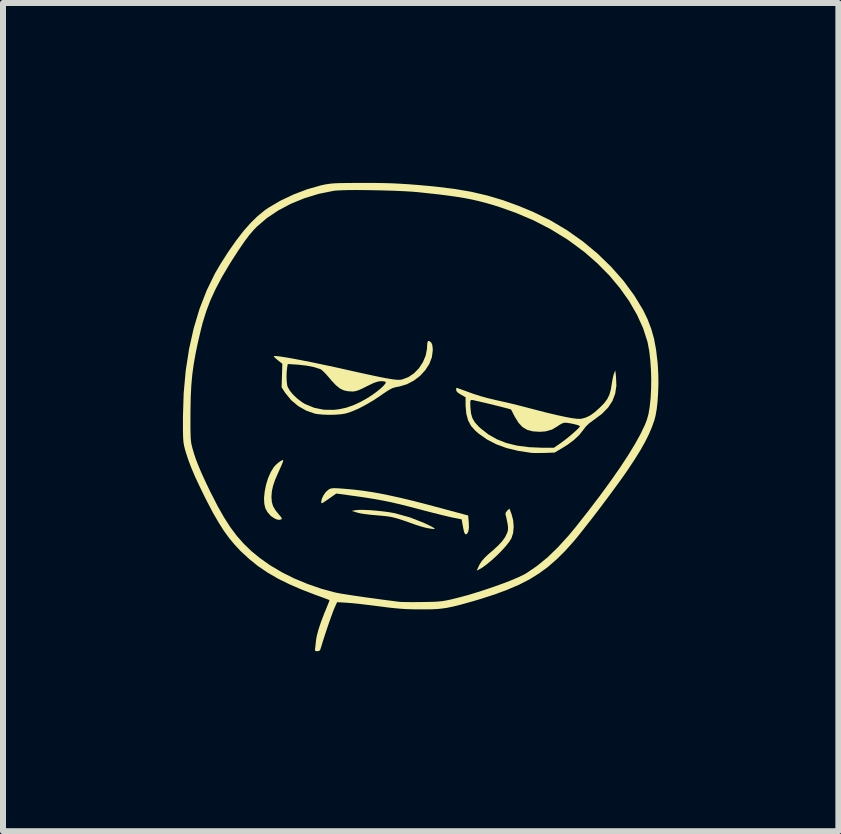
<source format=kicad_pcb>
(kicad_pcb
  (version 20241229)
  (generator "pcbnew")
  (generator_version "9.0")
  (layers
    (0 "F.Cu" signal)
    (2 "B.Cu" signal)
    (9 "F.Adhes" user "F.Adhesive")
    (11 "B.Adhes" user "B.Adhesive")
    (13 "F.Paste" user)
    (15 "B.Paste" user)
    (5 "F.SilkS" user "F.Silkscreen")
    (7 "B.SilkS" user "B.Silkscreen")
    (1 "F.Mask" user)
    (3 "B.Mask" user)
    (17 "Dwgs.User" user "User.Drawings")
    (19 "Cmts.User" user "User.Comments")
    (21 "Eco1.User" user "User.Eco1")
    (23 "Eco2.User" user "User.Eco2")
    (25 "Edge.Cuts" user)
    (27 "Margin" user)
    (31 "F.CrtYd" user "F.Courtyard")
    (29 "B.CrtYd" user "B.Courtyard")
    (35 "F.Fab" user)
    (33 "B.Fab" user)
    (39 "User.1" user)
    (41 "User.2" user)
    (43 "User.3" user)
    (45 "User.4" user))
  (footprint "Ahh"
    (layer "F.Cu")
    (at 3.977 3.868)
    (property "Reference" "Ahh" (at 0 0 0) (layer "User.1") (effects (font (size 1.524 1.524) (thickness 0.3))))
    (attr board_only exclude_from_pos_files exclude_from_bom)
    (fp_poly (pts (xy -2.305 0.758) (xy -2.311 0.782) (xy -2.328 0.827) (xy -2.358 0.894) (xy -2.394 0.974) (xy -2.443 1.088) (xy -2.475 1.183) (xy -2.494 1.27) (xy -2.501 1.356) (xy -2.501 1.372) (xy -2.495 1.451) (xy -2.475 1.519) (xy -2.436 1.587) (xy -2.378 1.659) (xy -2.343 1.7) (xy -2.329 1.725) (xy -2.332 1.738) (xy -2.338 1.741) (xy -2.372 1.749) (xy -2.409 1.743) (xy -2.446 1.728) (xy -2.511 1.685) (xy -2.567 1.621) (xy -2.602 1.56) (xy -2.621 1.481) (xy -2.625 1.384) (xy -2.614 1.275) (xy -2.591 1.162) (xy -2.557 1.051) (xy -2.512 0.95) (xy -2.461 0.868) (xy -2.428 0.832) (xy -2.386 0.795) (xy -2.345 0.766) (xy -2.313 0.751) (xy -2.308 0.75)) (stroke (width 0) (type solid)) (fill yes) (layer "F.SilkS"))
    (fp_poly (pts (xy -0.952 1.583) (xy -0.857 1.587) (xy -0.753 1.596) (xy -0.647 1.607) (xy -0.547 1.62) (xy -0.46 1.635) (xy -0.438 1.64) (xy -0.195 1.707) (xy 0.037 1.798) (xy 0.103 1.829) (xy 0.171 1.863) (xy 0.211 1.886) (xy 0.222 1.898) (xy 0.206 1.902) (xy 0.161 1.897) (xy 0.111 1.889) (xy 0.056 1.877) (xy -0.015 1.857) (xy -0.089 1.834) (xy -0.108 1.827) (xy -0.226 1.785) (xy -0.322 1.752) (xy -0.4 1.727) (xy -0.468 1.709) (xy -0.531 1.696) (xy -0.595 1.687) (xy -0.667 1.68) (xy -0.746 1.673) (xy -0.847 1.664) (xy -0.94 1.653) (xy -1.017 1.641) (xy -1.072 1.628) (xy -1.074 1.627) (xy -1.164 1.599) (xy -1.086 1.586) (xy -1.031 1.582)) (stroke (width 0) (type solid)) (fill yes) (layer "F.SilkS"))
    (fp_poly (pts (xy 1.501 1.652) (xy 1.528 1.755) (xy 1.537 1.863) (xy 1.528 1.967) (xy 1.5 2.054) (xy 1.464 2.113) (xy 1.407 2.185) (xy 1.335 2.265) (xy 1.254 2.346) (xy 1.169 2.423) (xy 1.086 2.492) (xy 1.01 2.547) (xy 0.965 2.573) (xy 0.921 2.596) (xy 0.946 2.538) (xy 0.972 2.485) (xy 1.006 2.434) (xy 1.053 2.381) (xy 1.118 2.319) (xy 1.185 2.262) (xy 1.277 2.178) (xy 1.345 2.105) (xy 1.394 2.037) (xy 1.427 1.968) (xy 1.431 1.958) (xy 1.441 1.919) (xy 1.443 1.878) (xy 1.437 1.825) (xy 1.43 1.789) (xy 1.418 1.731) (xy 1.408 1.684) (xy 1.4 1.656) (xy 1.4 1.656) (xy 1.404 1.628) (xy 1.428 1.596) (xy 1.466 1.561)) (stroke (width 0) (type solid)) (fill yes) (layer "F.SilkS"))
    (fp_poly (pts (xy -1.374 1.224) (xy -1.29 1.23) (xy -1.268 1.232) (xy -1.126 1.245) (xy -0.983 1.262) (xy -0.837 1.284) (xy -0.683 1.311) (xy -0.517 1.345) (xy -0.336 1.385) (xy -0.137 1.433) (xy 0.085 1.49) (xy 0.332 1.556) (xy 0.778 1.676) (xy 0.788 1.789) (xy 0.791 1.882) (xy 0.78 1.947) (xy 0.756 1.984) (xy 0.745 1.99) (xy 0.728 1.986) (xy 0.713 1.958) (xy 0.706 1.933) (xy 0.693 1.873) (xy 0.682 1.812) (xy 0.681 1.805) (xy 0.67 1.741) (xy 0.527 1.712) (xy 0.471 1.7) (xy 0.392 1.681) (xy 0.294 1.657) (xy 0.185 1.63) (xy 0.069 1.6) (xy -0.017 1.577) (xy -0.198 1.53) (xy -0.356 1.49) (xy -0.499 1.457) (xy -0.635 1.429) (xy -0.77 1.404) (xy -0.912 1.381) (xy -1.069 1.358) (xy -1.113 1.352) (xy -1.421 1.31) (xy -1.547 1.399) (xy -1.604 1.438) (xy -1.641 1.462) (xy -1.661 1.471) (xy -1.67 1.467) (xy -1.672 1.452) (xy -1.672 1.45) (xy -1.661 1.396) (xy -1.632 1.336) (xy -1.592 1.281) (xy -1.549 1.244) (xy -1.527 1.232) (xy -1.504 1.225) (xy -1.474 1.221) (xy -1.433 1.221)) (stroke (width 0) (type solid)) (fill yes) (layer "F.SilkS"))
    (fp_poly (pts (xy 0.158 -1.211) (xy 0.162 -1.206) (xy 0.178 -1.174) (xy 0.186 -1.122) (xy 0.188 -1.077) (xy 0.173 -0.962) (xy 0.13 -0.85) (xy 0.063 -0.746) (xy -0.023 -0.652) (xy -0.127 -0.573) (xy -0.243 -0.512) (xy -0.369 -0.474) (xy -0.394 -0.47) (xy -0.439 -0.461) (xy -0.478 -0.449) (xy -0.519 -0.43) (xy -0.568 -0.401) (xy -0.631 -0.359) (xy -0.675 -0.328) (xy -0.801 -0.244) (xy -0.929 -0.169) (xy -1.051 -0.105) (xy -1.164 -0.057) (xy -1.259 -0.026) (xy -1.266 -0.024) (xy -1.345 -0.011) (xy -1.442 -0.004) (xy -1.547 -0.002) (xy -1.649 -0.006) (xy -1.737 -0.015) (xy -1.778 -0.022) (xy -1.922 -0.072) (xy -2.055 -0.148) (xy -2.172 -0.246) (xy -2.267 -0.362) (xy -2.271 -0.367) (xy -2.332 -0.461) (xy -2.327 -0.635) (xy -2.25 -0.635) (xy -2.247 -0.559) (xy -2.239 -0.496) (xy -2.23 -0.465) (xy -2.193 -0.402) (xy -2.136 -0.334) (xy -2.065 -0.268) (xy -1.989 -0.211) (xy -1.943 -0.183) (xy -1.79 -0.12) (xy -1.629 -0.087) (xy -1.462 -0.085) (xy -1.376 -0.095) (xy -1.255 -0.121) (xy -1.136 -0.162) (xy -1.011 -0.22) (xy -0.9 -0.283) (xy -0.822 -0.333) (xy -0.749 -0.386) (xy -0.685 -0.438) (xy -0.634 -0.485) (xy -0.603 -0.524) (xy -0.594 -0.546) (xy -0.608 -0.556) (xy -0.644 -0.562) (xy -0.67 -0.563) (xy -0.71 -0.56) (xy -0.753 -0.549) (xy -0.806 -0.529) (xy -0.875 -0.496) (xy -0.914 -0.477) (xy -0.994 -0.437) (xy -1.054 -0.411) (xy -1.101 -0.397) (xy -1.142 -0.391) (xy -1.154 -0.391) (xy -1.233 -0.396) (xy -1.3 -0.412) (xy -1.362 -0.443) (xy -1.424 -0.493) (xy -1.492 -0.564) (xy -1.54 -0.621) (xy -1.588 -0.676) (xy -1.633 -0.723) (xy -1.669 -0.754) (xy -1.685 -0.764) (xy -1.789 -0.797) (xy -1.915 -0.822) (xy -2.055 -0.838) (xy -2.073 -0.839) (xy -2.23 -0.849) (xy -2.24 -0.788) (xy -2.248 -0.715) (xy -2.25 -0.635) (xy -2.327 -0.635) (xy -2.326 -0.657) (xy -2.32 -0.853) (xy -2.396 -0.913) (xy -2.434 -0.945) (xy -2.458 -0.97) (xy -2.463 -0.981) (xy -2.442 -0.983) (xy -2.393 -0.979) (xy -2.318 -0.969) (xy -2.219 -0.953) (xy -2.098 -0.931) (xy -1.959 -0.904) (xy -1.803 -0.873) (xy -1.632 -0.837) (xy -1.448 -0.798) (xy -1.282 -0.761) (xy -1.095 -0.719) (xy -0.935 -0.684) (xy -0.801 -0.655) (xy -0.69 -0.632) (xy -0.598 -0.614) (xy -0.524 -0.601) (xy -0.465 -0.592) (xy -0.418 -0.587) (xy -0.381 -0.586) (xy -0.351 -0.587) (xy -0.325 -0.592) (xy -0.322 -0.592) (xy -0.219 -0.631) (xy -0.124 -0.695) (xy -0.042 -0.78) (xy 0.024 -0.881) (xy 0.07 -0.991) (xy 0.092 -1.106) (xy 0.093 -1.137) (xy 0.097 -1.199) (xy 0.108 -1.231) (xy 0.128 -1.234)) (stroke (width 0) (type solid)) (fill yes) (layer "F.SilkS"))
    (fp_poly (pts (xy 3.243 -0.635) (xy 3.249 -0.487) (xy 3.229 -0.354) (xy 3.183 -0.233) (xy 3.11 -0.122) (xy 3.008 -0.018) (xy 2.877 0.08) (xy 2.876 0.08) (xy 2.797 0.138) (xy 2.737 0.196) (xy 2.696 0.251) (xy 2.628 0.336) (xy 2.542 0.417) (xy 2.433 0.498) (xy 2.344 0.553) (xy 2.219 0.627) (xy 2.051 0.633) (xy 1.976 0.634) (xy 1.906 0.635) (xy 1.852 0.633) (xy 1.829 0.632) (xy 1.61 0.598) (xy 1.416 0.551) (xy 1.244 0.488) (xy 1.091 0.408) (xy 0.953 0.311) (xy 0.894 0.259) (xy 0.825 0.181) (xy 0.776 0.088) (xy 0.747 -0.021) (xy 0.735 -0.153) (xy 0.735 -0.187) (xy 0.735 -0.211) (xy 0.813 -0.211) (xy 0.814 -0.164) (xy 0.816 -0.121) (xy 0.826 -0.024) (xy 0.849 0.053) (xy 0.888 0.121) (xy 0.949 0.189) (xy 0.983 0.221) (xy 1.113 0.323) (xy 1.256 0.405) (xy 1.415 0.468) (xy 1.592 0.511) (xy 1.79 0.537) (xy 1.998 0.546) (xy 2.207 0.547) (xy 2.326 0.465) (xy 2.38 0.425) (xy 2.44 0.378) (xy 2.5 0.328) (xy 2.555 0.28) (xy 2.601 0.238) (xy 2.631 0.206) (xy 2.642 0.189) (xy 2.628 0.178) (xy 2.591 0.165) (xy 2.54 0.152) (xy 2.484 0.14) (xy 2.431 0.132) (xy 2.389 0.129) (xy 2.375 0.131) (xy 2.334 0.146) (xy 2.286 0.175) (xy 2.27 0.187) (xy 2.177 0.243) (xy 2.069 0.274) (xy 1.97 0.281) (xy 1.855 0.273) (xy 1.761 0.248) (xy 1.683 0.201) (xy 1.617 0.13) (xy 1.556 0.031) (xy 1.546 0.012) (xy 1.521 -0.037) (xy 1.502 -0.074) (xy 1.493 -0.09) (xy 1.493 -0.09) (xy 1.476 -0.096) (xy 1.435 -0.108) (xy 1.374 -0.124) (xy 1.299 -0.143) (xy 1.215 -0.164) (xy 1.129 -0.185) (xy 1.044 -0.205) (xy 0.967 -0.223) (xy 0.904 -0.237) (xy 0.86 -0.247) (xy 0.84 -0.25) (xy 0.825 -0.248) (xy 0.816 -0.237) (xy 0.813 -0.211) (xy 0.735 -0.211) (xy 0.735 -0.295) (xy 0.657 -0.339) (xy 0.607 -0.371) (xy 0.583 -0.398) (xy 0.578 -0.418) (xy 0.58 -0.446) (xy 0.584 -0.453) (xy 0.6 -0.448) (xy 0.639 -0.434) (xy 0.695 -0.414) (xy 0.752 -0.393) (xy 0.871 -0.35) (xy 0.984 -0.314) (xy 1.103 -0.281) (xy 1.236 -0.249) (xy 1.334 -0.227) (xy 1.406 -0.211) (xy 1.5 -0.189) (xy 1.609 -0.162) (xy 1.725 -0.132) (xy 1.841 -0.102) (xy 1.875 -0.093) (xy 2.076 -0.041) (xy 2.248 0.000158) (xy 2.391 0.031) (xy 2.506 0.053) (xy 2.593 0.064) (xy 2.653 0.065) (xy 2.667 0.063) (xy 2.74 0.043) (xy 2.811 0.009) (xy 2.885 -0.044) (xy 2.969 -0.119) (xy 2.972 -0.121) (xy 3.046 -0.197) (xy 3.098 -0.267) (xy 3.133 -0.339) (xy 3.157 -0.425) (xy 3.171 -0.511) (xy 3.182 -0.578) (xy 3.195 -0.64) (xy 3.207 -0.685) (xy 3.209 -0.691) (xy 3.231 -0.742)) (stroke (width 0) (type solid)) (fill yes) (layer "F.SilkS"))
    (fp_poly (pts (xy -0.798 -3.868) (xy -0.639 -3.866) (xy -0.494 -3.862) (xy -0.354 -3.855) (xy -0.211 -3.846) (xy -0.058 -3.834) (xy 0.113 -3.819) (xy 0.252 -3.805) (xy 0.552 -3.768) (xy 0.829 -3.721) (xy 1.094 -3.659) (xy 1.354 -3.582) (xy 1.616 -3.487) (xy 1.864 -3.384) (xy 2.15 -3.244) (xy 2.426 -3.08) (xy 2.688 -2.895) (xy 2.934 -2.691) (xy 3.161 -2.471) (xy 3.366 -2.239) (xy 3.546 -1.995) (xy 3.695 -1.749) (xy 3.77 -1.594) (xy 3.83 -1.437) (xy 3.877 -1.27) (xy 3.911 -1.088) (xy 3.935 -0.883) (xy 3.94 -0.825) (xy 3.948 -0.676) (xy 3.95 -0.522) (xy 3.945 -0.37) (xy 3.936 -0.225) (xy 3.921 -0.094) (xy 3.901 0.017) (xy 3.883 0.086) (xy 3.84 0.207) (xy 3.788 0.328) (xy 3.725 0.454) (xy 3.649 0.589) (xy 3.557 0.737) (xy 3.448 0.902) (xy 3.402 0.969) (xy 3.331 1.07) (xy 3.246 1.187) (xy 3.152 1.315) (xy 3.052 1.449) (xy 2.95 1.585) (xy 2.848 1.718) (xy 2.75 1.843) (xy 2.661 1.956) (xy 2.583 2.053) (xy 2.525 2.122) (xy 2.386 2.276) (xy 2.247 2.413) (xy 2.106 2.535) (xy 1.958 2.643) (xy 1.8 2.741) (xy 1.627 2.83) (xy 1.436 2.912) (xy 1.224 2.991) (xy 0.985 3.068) (xy 0.87 3.102) (xy 0.729 3.142) (xy 0.611 3.174) (xy 0.51 3.198) (xy 0.421 3.216) (xy 0.336 3.228) (xy 0.251 3.236) (xy 0.158 3.24) (xy 0.052 3.241) (xy -0.016 3.241) (xy -0.136 3.24) (xy -0.242 3.237) (xy -0.341 3.231) (xy -0.443 3.222) (xy -0.557 3.21) (xy -0.692 3.192) (xy -0.703 3.191) (xy -0.819 3.176) (xy -0.936 3.162) (xy -1.046 3.149) (xy -1.142 3.139) (xy -1.218 3.133) (xy -1.239 3.131) (xy -1.407 3.121) (xy -1.452 3.221) (xy -1.472 3.27) (xy -1.498 3.342) (xy -1.53 3.43) (xy -1.564 3.529) (xy -1.598 3.631) (xy -1.63 3.729) (xy -1.658 3.818) (xy -1.674 3.873) (xy -1.689 3.915) (xy -1.706 3.934) (xy -1.733 3.939) (xy -1.737 3.939) (xy -1.768 3.935) (xy -1.777 3.918) (xy -1.774 3.896) (xy -1.769 3.856) (xy -1.763 3.801) (xy -1.759 3.76) (xy -1.744 3.676) (xy -1.715 3.569) (xy -1.673 3.444) (xy -1.62 3.305) (xy -1.593 3.241) (xy -1.568 3.179) (xy -1.548 3.129) (xy -1.536 3.096) (xy -1.535 3.087) (xy -1.55 3.08) (xy -1.59 3.065) (xy -1.648 3.043) (xy -1.719 3.017) (xy -1.743 3.009) (xy -1.986 2.916) (xy -2.203 2.822) (xy -2.396 2.727) (xy -2.569 2.626) (xy -2.728 2.518) (xy -2.874 2.4) (xy -3.014 2.271) (xy -3.018 2.267) (xy -3.114 2.164) (xy -3.205 2.055) (xy -3.293 1.934) (xy -3.38 1.797) (xy -3.471 1.641) (xy -3.566 1.46) (xy -3.609 1.376) (xy -3.698 1.193) (xy -3.773 1.034) (xy -3.833 0.892) (xy -3.883 0.763) (xy -3.922 0.645) (xy -3.942 0.578) (xy -3.953 0.536) (xy -3.961 0.497) (xy -3.968 0.456) (xy -3.972 0.409) (xy -3.975 0.35) (xy -3.977 0.276) (xy -3.977 0.18) (xy -3.977 0.129) (xy -3.852 0.129) (xy -3.852 0.232) (xy -3.85 0.312) (xy -3.848 0.376) (xy -3.844 0.426) (xy -3.839 0.468) (xy -3.831 0.506) (xy -3.821 0.546) (xy -3.817 0.56) (xy -3.789 0.655) (xy -3.756 0.753) (xy -3.714 0.858) (xy -3.664 0.976) (xy -3.602 1.111) (xy -3.527 1.268) (xy -3.508 1.305) (xy -3.399 1.519) (xy -3.293 1.706) (xy -3.188 1.87) (xy -3.079 2.016) (xy -2.964 2.146) (xy -2.84 2.266) (xy -2.704 2.378) (xy -2.552 2.487) (xy -2.514 2.512) (xy -2.327 2.623) (xy -2.118 2.727) (xy -1.896 2.819) (xy -1.67 2.897) (xy -1.45 2.957) (xy -1.399 2.968) (xy -1.344 2.978) (xy -1.263 2.991) (xy -1.161 3.007) (xy -1.044 3.024) (xy -0.915 3.043) (xy -0.779 3.061) (xy -0.643 3.08) (xy -0.511 3.097) (xy -0.388 3.113) (xy -0.36 3.116) (xy -0.327 3.118) (xy -0.269 3.119) (xy -0.192 3.12) (xy -0.101 3.12) (xy -0.002 3.119) (xy 0.008 3.119) (xy 0.121 3.117) (xy 0.21 3.115) (xy 0.282 3.11) (xy 0.345 3.104) (xy 0.405 3.094) (xy 0.469 3.081) (xy 0.508 3.072) (xy 0.64 3.039) (xy 0.784 3) (xy 0.934 2.954) (xy 1.086 2.905) (xy 1.235 2.854) (xy 1.376 2.803) (xy 1.504 2.753) (xy 1.614 2.706) (xy 1.702 2.664) (xy 1.744 2.641) (xy 1.922 2.52) (xy 2.099 2.376) (xy 2.275 2.206) (xy 2.454 2.009) (xy 2.57 1.869) (xy 2.784 1.597) (xy 2.98 1.34) (xy 3.155 1.099) (xy 3.311 0.876) (xy 3.446 0.67) (xy 3.56 0.483) (xy 3.653 0.315) (xy 3.723 0.168) (xy 3.758 0.079) (xy 3.785 -0.019) (xy 3.805 -0.141) (xy 3.82 -0.283) (xy 3.828 -0.437) (xy 3.83 -0.598) (xy 3.825 -0.76) (xy 3.814 -0.917) (xy 3.797 -1.063) (xy 3.773 -1.193) (xy 3.766 -1.224) (xy 3.694 -1.448) (xy 3.592 -1.672) (xy 3.464 -1.894) (xy 3.31 -2.112) (xy 3.133 -2.324) (xy 2.934 -2.526) (xy 2.715 -2.717) (xy 2.478 -2.893) (xy 2.423 -2.931) (xy 2.151 -3.098) (xy 1.869 -3.244) (xy 1.569 -3.371) (xy 1.316 -3.461) (xy 1.191 -3.501) (xy 1.072 -3.535) (xy 0.956 -3.565) (xy 0.839 -3.592) (xy 0.714 -3.616) (xy 0.579 -3.638) (xy 0.429 -3.659) (xy 0.259 -3.68) (xy 0.064 -3.701) (xy -0.055 -3.714) (xy -0.149 -3.722) (xy -0.262 -3.729) (xy -0.391 -3.735) (xy -0.53 -3.74) (xy -0.675 -3.744) (xy -0.822 -3.747) (xy -0.964 -3.749) (xy -1.099 -3.75) (xy -1.222 -3.749) (xy -1.327 -3.746) (xy -1.41 -3.742) (xy -1.466 -3.737) (xy -1.467 -3.736) (xy -1.714 -3.686) (xy -1.952 -3.613) (xy -2.177 -3.521) (xy -2.387 -3.41) (xy -2.577 -3.283) (xy -2.742 -3.141) (xy -2.795 -3.087) (xy -2.869 -3.002) (xy -2.954 -2.888) (xy -3.051 -2.746) (xy -3.161 -2.576) (xy -3.209 -2.499) (xy -3.331 -2.292) (xy -3.433 -2.099) (xy -3.518 -1.914) (xy -3.588 -1.73) (xy -3.647 -1.541) (xy -3.673 -1.44) (xy -3.724 -1.225) (xy -3.765 -1.03) (xy -3.797 -0.85) (xy -3.821 -0.674) (xy -3.837 -0.497) (xy -3.847 -0.309) (xy -3.851 -0.103) (xy -3.852 0) (xy -3.852 0.129) (xy -3.977 0.129) (xy -3.977 0.059) (xy -3.977 0.031) (xy -3.965 -0.36) (xy -3.931 -0.738) (xy -3.875 -1.1) (xy -3.798 -1.445) (xy -3.7 -1.771) (xy -3.581 -2.077) (xy -3.443 -2.36) (xy -3.351 -2.517) (xy -3.217 -2.727) (xy -3.089 -2.909) (xy -2.967 -3.067) (xy -2.849 -3.201) (xy -2.733 -3.314) (xy -2.617 -3.409) (xy -2.556 -3.452) (xy -2.354 -3.571) (xy -2.133 -3.676) (xy -1.904 -3.763) (xy -1.675 -3.828) (xy -1.652 -3.833) (xy -1.606 -3.843) (xy -1.562 -3.85) (xy -1.517 -3.856) (xy -1.466 -3.861) (xy -1.405 -3.864) (xy -1.33 -3.866) (xy -1.236 -3.867) (xy -1.119 -3.868) (xy -0.977 -3.868)) (stroke (width 0) (type solid)) (fill yes) (layer "F.SilkS")))
  (gr_rect
    (start -3 -3)
    (end 10.927 10.807)
    (stroke (width 0.1) (type default))
    (fill no)
    (layer "Edge.Cuts")))
</source>
